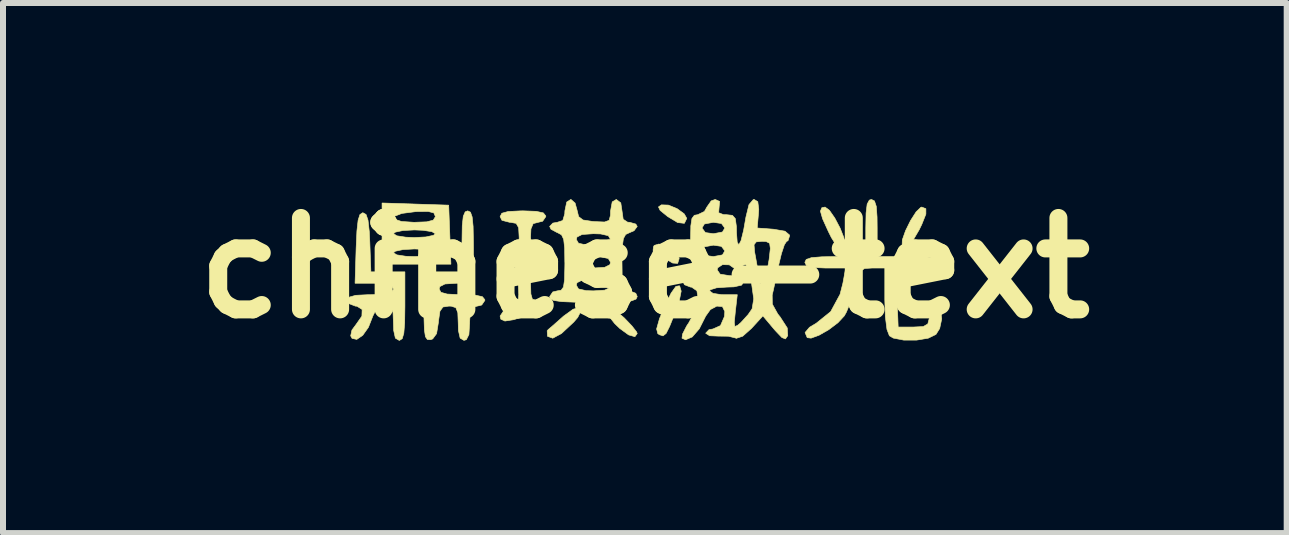
<source format=kicad_pcb>
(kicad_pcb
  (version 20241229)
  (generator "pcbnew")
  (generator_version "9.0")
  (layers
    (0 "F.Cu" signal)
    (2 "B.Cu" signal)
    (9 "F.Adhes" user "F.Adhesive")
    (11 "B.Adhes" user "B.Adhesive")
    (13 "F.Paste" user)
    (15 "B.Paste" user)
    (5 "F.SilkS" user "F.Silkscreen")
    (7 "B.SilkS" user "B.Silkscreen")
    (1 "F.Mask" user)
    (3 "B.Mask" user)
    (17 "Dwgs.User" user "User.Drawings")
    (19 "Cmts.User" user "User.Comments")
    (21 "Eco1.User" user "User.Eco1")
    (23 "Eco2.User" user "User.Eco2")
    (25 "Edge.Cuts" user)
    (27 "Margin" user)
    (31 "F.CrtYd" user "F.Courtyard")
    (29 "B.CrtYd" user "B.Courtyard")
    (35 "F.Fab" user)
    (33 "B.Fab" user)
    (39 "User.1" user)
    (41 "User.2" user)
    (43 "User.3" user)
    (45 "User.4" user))
  (footprint "chinese-text"
    (layer "F.Cu")
    (at 7.7 1.418)
    (property "Reference" "chinese-text" (at 0 0 0) (layer "F.SilkS") (effects (font (size 1.524 1.524) (thickness 0.3))))
    (attr through_hole)
    (fp_poly (pts (xy 0.393 -1.049) (xy 0.537 -0.99) (xy 0.656 -0.903) (xy 0.699 -0.828) (xy 0.659 -0.745) (xy 0.546 -0.758) (xy 0.381 -0.858) (xy 0.255 -0.96) (xy 0.227 -1.018) (xy 0.276 -1.053) (xy 0.393 -1.049)) (stroke (width 0.01) (type solid)) (fill yes) (layer "F.SilkS"))
    (fp_poly (pts (xy -0.47 0.724) (xy -0.344 0.831) (xy -0.216 0.965) (xy -0.138 1.065) (xy -0.127 1.092) (xy -0.166 1.145) (xy -0.27 1.115) (xy -0.415 1.01) (xy -0.501 0.928) (xy -0.626 0.771) (xy -0.652 0.679) (xy -0.594 0.66) (xy -0.47 0.724)) (stroke (width 0.01) (type solid)) (fill yes) (layer "F.SilkS"))
    (fp_poly (pts (xy 0.358 -0.361) (xy 0.483 -0.284) (xy 0.563 -0.193) (xy 0.572 -0.157) (xy 0.547 -0.077) (xy 0.463 -0.083) (xy 0.316 -0.169) (xy 0.197 -0.25) (xy 0.137 -0.292) (xy 0.143 -0.351) (xy 0.156 -0.377) (xy 0.234 -0.4) (xy 0.358 -0.361)) (stroke (width 0.01) (type solid)) (fill yes) (layer "F.SilkS"))
    (fp_poly (pts (xy -1.061 0.708) (xy -1.119 0.824) (xy -1.185 0.901) (xy -1.389 1.091) (xy -1.535 1.17) (xy -1.621 1.139) (xy -1.623 1.138) (xy -1.628 1.047) (xy -1.611 1.026) (xy -1.532 0.959) (xy -1.402 0.844) (xy -1.355 0.802) (xy -1.196 0.687) (xy -1.092 0.659) (xy -1.061 0.708)) (stroke (width 0.01) (type solid)) (fill yes) (layer "F.SilkS"))
    (fp_poly (pts (xy 3.076 -0.963) (xy 3.167 -0.832) (xy 3.255 -0.665) (xy 3.319 -0.504) (xy 3.337 -0.392) (xy 3.331 -0.377) (xy 3.27 -0.323) (xy 3.2 -0.363) (xy 3.109 -0.509) (xy 3.061 -0.605) (xy 2.963 -0.821) (xy 2.927 -0.948) (xy 2.951 -1.006) (xy 3.004 -1.016) (xy 3.076 -0.963)) (stroke (width 0.01) (type solid)) (fill yes) (layer "F.SilkS"))
    (fp_poly (pts (xy 4.685 -0.989) (xy 4.685 -0.898) (xy 4.616 -0.725) (xy 4.573 -0.637) (xy 4.452 -0.431) (xy 4.361 -0.343) (xy 4.293 -0.37) (xy 4.289 -0.376) (xy 4.292 -0.469) (xy 4.346 -0.622) (xy 4.43 -0.792) (xy 4.522 -0.936) (xy 4.601 -1.012) (xy 4.616 -1.016) (xy 4.685 -0.989)) (stroke (width 0.01) (type solid)) (fill yes) (layer "F.SilkS"))
    (fp_poly (pts (xy 0.581 0.301) (xy 0.606 0.385) (xy 0.574 0.546) (xy 0.5 0.757) (xy 0.413 0.973) (xy 0.354 1.091) (xy 0.303 1.131) (xy 0.246 1.113) (xy 0.216 1.094) (xy 0.196 1.016) (xy 0.244 0.845) (xy 0.329 0.64) (xy 0.438 0.418) (xy 0.517 0.307) (xy 0.575 0.296) (xy 0.581 0.301)) (stroke (width 0.01) (type solid)) (fill yes) (layer "F.SilkS"))
    (fp_poly (pts (xy -3.826 -1.066) (xy -3.27 -1.048) (xy -3.233 -0.064) (xy -4.381 -0.064) (xy -4.381 -0.254) (xy -4.191 -0.254) (xy -4.134 -0.219) (xy -3.985 -0.196) (xy -3.842 -0.191) (xy -3.65 -0.201) (xy -3.524 -0.228) (xy -3.493 -0.254) (xy -3.55 -0.289) (xy -3.698 -0.312) (xy -3.842 -0.318) (xy -4.033 -0.307) (xy -4.16 -0.28) (xy -4.191 -0.254) (xy -4.381 -0.254) (xy -4.381 -0.572) (xy -4.191 -0.572) (xy -4.134 -0.537) (xy -3.985 -0.514) (xy -3.842 -0.508) (xy -3.65 -0.518) (xy -3.524 -0.545) (xy -3.493 -0.572) (xy -3.55 -0.606) (xy -3.698 -0.629) (xy -3.842 -0.635) (xy -4.033 -0.625) (xy -4.16 -0.598) (xy -4.191 -0.572) (xy -4.381 -0.572) (xy -4.381 -0.814) (xy -4.172 -0.814) (xy -4.057 -0.776) (xy -3.847 -0.762) (xy -3.636 -0.77) (xy -3.527 -0.798) (xy -3.493 -0.854) (xy -3.493 -0.861) (xy -3.518 -0.919) (xy -3.612 -0.943) (xy -3.803 -0.941) (xy -3.821 -0.94) (xy -4.052 -0.91) (xy -4.17 -0.864) (xy -4.172 -0.814) (xy -4.381 -0.814) (xy -4.381 -1.084) (xy -3.826 -1.066)) (stroke (width 0.01) (type solid)) (fill yes) (layer "F.SilkS"))
    (fp_poly (pts (xy -4.648 -0.893) (xy -4.615 -0.797) (xy -4.594 -0.609) (xy -4.585 -0.429) (xy -4.567 0.064) (xy -4 0.064) (xy -4 0.635) (xy -4.004 0.914) (xy -4.018 1.087) (xy -4.045 1.178) (xy -4.089 1.206) (xy -4.096 1.206) (xy -4.159 1.169) (xy -4.187 1.042) (xy -4.191 0.921) (xy -4.198 0.744) (xy -4.23 0.66) (xy -4.307 0.636) (xy -4.343 0.635) (xy -4.47 0.673) (xy -4.537 0.805) (xy -4.538 0.81) (xy -4.608 0.988) (xy -4.703 1.122) (xy -4.802 1.19) (xy -4.881 1.173) (xy -4.904 1.131) (xy -4.883 1.034) (xy -4.814 0.941) (xy -4.717 0.802) (xy -4.713 0.691) (xy -4.799 0.637) (xy -4.826 0.635) (xy -4.929 0.595) (xy -4.953 0.54) (xy -4.924 0.484) (xy -4.82 0.455) (xy -4.618 0.445) (xy -4.572 0.445) (xy -4.351 0.437) (xy -4.232 0.411) (xy -4.192 0.361) (xy -4.191 0.349) (xy -4.225 0.29) (xy -4.342 0.26) (xy -4.511 0.254) (xy -4.831 0.254) (xy -4.813 -0.333) (xy -4.8 -0.618) (xy -4.78 -0.797) (xy -4.75 -0.891) (xy -4.705 -0.921) (xy -4.699 -0.921) (xy -4.648 -0.893)) (stroke (width 0.01) (type solid)) (fill yes) (layer "F.SilkS"))
    (fp_poly (pts (xy -2.907 -0.931) (xy -2.879 -0.852) (xy -2.863 -0.694) (xy -2.858 -0.437) (xy -2.857 -0.349) (xy -2.857 0.254) (xy -3.143 0.254) (xy -3.332 0.266) (xy -3.417 0.309) (xy -3.429 0.349) (xy -3.4 0.405) (xy -3.296 0.434) (xy -3.094 0.444) (xy -3.048 0.445) (xy -2.827 0.452) (xy -2.708 0.478) (xy -2.668 0.528) (xy -2.667 0.54) (xy -2.72 0.617) (xy -2.794 0.635) (xy -2.873 0.654) (xy -2.911 0.731) (xy -2.921 0.9) (xy -2.921 0.921) (xy -2.933 1.109) (xy -2.976 1.195) (xy -3.016 1.206) (xy -3.079 1.169) (xy -3.108 1.042) (xy -3.111 0.921) (xy -3.118 0.744) (xy -3.151 0.661) (xy -3.227 0.636) (xy -3.267 0.635) (xy -3.366 0.65) (xy -3.416 0.72) (xy -3.439 0.877) (xy -3.441 0.904) (xy -3.472 1.094) (xy -3.537 1.182) (xy -3.572 1.195) (xy -3.625 1.192) (xy -3.658 1.145) (xy -3.675 1.031) (xy -3.682 0.827) (xy -3.683 0.64) (xy -3.683 0.064) (xy -3.048 0.064) (xy -3.048 -0.445) (xy -3.044 -0.705) (xy -3.027 -0.862) (xy -2.995 -0.936) (xy -2.953 -0.953) (xy -2.907 -0.931)) (stroke (width 0.01) (type solid)) (fill yes) (layer "F.SilkS"))
    (fp_poly (pts (xy -1.811 -0.945) (xy -1.692 -0.919) (xy -1.652 -0.869) (xy -1.651 -0.857) (xy -1.704 -0.78) (xy -1.778 -0.762) (xy -1.862 -0.74) (xy -1.899 -0.652) (xy -1.905 -0.515) (xy -1.889 -0.342) (xy -1.831 -0.257) (xy -1.778 -0.236) (xy -1.675 -0.18) (xy -1.651 -0.133) (xy -1.704 -0.077) (xy -1.778 -0.064) (xy -1.855 -0.046) (xy -1.893 0.026) (xy -1.905 0.184) (xy -1.905 0.248) (xy -1.9 0.433) (xy -1.875 0.519) (xy -1.818 0.535) (xy -1.778 0.526) (xy -1.673 0.531) (xy -1.651 0.59) (xy -1.709 0.671) (xy -1.868 0.758) (xy -1.948 0.788) (xy -2.189 0.862) (xy -2.333 0.884) (xy -2.401 0.853) (xy -2.413 0.801) (xy -2.359 0.721) (xy -2.251 0.672) (xy -2.157 0.638) (xy -2.112 0.573) (xy -2.102 0.443) (xy -2.108 0.3) (xy -2.127 0.102) (xy -2.163 -0.002) (xy -2.231 -0.045) (xy -2.27 -0.052) (xy -2.389 -0.105) (xy -2.407 -0.184) (xy -2.327 -0.245) (xy -2.254 -0.254) (xy -2.152 -0.268) (xy -2.107 -0.333) (xy -2.096 -0.486) (xy -2.095 -0.508) (xy -2.104 -0.672) (xy -2.145 -0.744) (xy -2.24 -0.762) (xy -2.254 -0.762) (xy -2.382 -0.795) (xy -2.413 -0.857) (xy -2.384 -0.913) (xy -2.28 -0.942) (xy -2.078 -0.952) (xy -2.032 -0.953) (xy -1.811 -0.945)) (stroke (width 0.01) (type solid)) (fill yes) (layer "F.SilkS"))
    (fp_poly (pts (xy 3.828 -1.118) (xy 3.858 -1.028) (xy 3.871 -0.85) (xy 3.873 -0.667) (xy 3.873 -0.191) (xy 4.413 -0.191) (xy 4.683 -0.186) (xy 4.848 -0.172) (xy 4.931 -0.142) (xy 4.953 -0.095) (xy 4.924 -0.04) (xy 4.821 -0.01) (xy 4.619 -0.000221) (xy 4.569 0) (xy 4.186 0) (xy 4.204 0.492) (xy 4.223 0.984) (xy 4.477 0.984) (xy 4.641 0.976) (xy 4.717 0.932) (xy 4.746 0.822) (xy 4.75 0.781) (xy 4.782 0.64) (xy 4.846 0.609) (xy 4.862 0.613) (xy 4.932 0.7) (xy 4.949 0.849) (xy 4.915 1.008) (xy 4.853 1.107) (xy 4.724 1.17) (xy 4.528 1.202) (xy 4.317 1.202) (xy 4.142 1.168) (xy 4.077 1.13) (xy 4.036 1.023) (xy 4.009 0.81) (xy 4 0.527) (xy 4 0) (xy 3.789 0) (xy 3.663 0.008) (xy 3.59 0.055) (xy 3.541 0.171) (xy 3.504 0.318) (xy 3.44 0.54) (xy 3.36 0.735) (xy 3.325 0.798) (xy 3.219 0.912) (xy 3.067 1.027) (xy 2.905 1.12) (xy 2.771 1.169) (xy 2.707 1.161) (xy 2.671 1.076) (xy 2.745 0.988) (xy 2.857 0.921) (xy 3.098 0.727) (xy 3.254 0.439) (xy 3.302 0.251) (xy 3.348 0) (xy 3.008 0) (xy 2.8 -0.009) (xy 2.694 -0.04) (xy 2.667 -0.095) (xy 2.691 -0.144) (xy 2.778 -0.173) (xy 2.95 -0.187) (xy 3.175 -0.191) (xy 3.683 -0.191) (xy 3.683 -0.667) (xy 3.688 -0.918) (xy 3.706 -1.065) (xy 3.742 -1.132) (xy 3.778 -1.143) (xy 3.828 -1.118)) (stroke (width 0.01) (type solid)) (fill yes) (layer "F.SilkS"))
    (fp_poly (pts (xy -1.163 -1.083) (xy -1.131 -0.968) (xy -1.104 -0.857) (xy -1.032 -0.801) (xy -0.876 -0.777) (xy -0.841 -0.774) (xy -0.672 -0.767) (xy -0.595 -0.795) (xy -0.573 -0.88) (xy -0.572 -0.949) (xy -0.544 -1.102) (xy -0.476 -1.143) (xy -0.401 -1.086) (xy -0.381 -0.953) (xy -0.361 -0.813) (xy -0.287 -0.764) (xy -0.254 -0.762) (xy -0.151 -0.733) (xy -0.127 -0.693) (xy -0.18 -0.622) (xy -0.254 -0.59) (xy -0.32 -0.559) (xy -0.358 -0.489) (xy -0.376 -0.353) (xy -0.381 -0.122) (xy -0.381 -0.088) (xy -0.378 0.153) (xy -0.364 0.294) (xy -0.332 0.361) (xy -0.274 0.38) (xy -0.254 0.381) (xy -0.151 0.421) (xy -0.127 0.476) (xy -0.147 0.518) (xy -0.218 0.546) (xy -0.362 0.562) (xy -0.597 0.57) (xy -0.857 0.572) (xy -1.178 0.569) (xy -1.391 0.56) (xy -1.518 0.541) (xy -1.576 0.51) (xy -1.587 0.476) (xy -1.535 0.399) (xy -1.46 0.381) (xy -1.395 0.37) (xy -1.357 0.318) (xy -1.352 0.286) (xy -1.143 0.286) (xy -1.106 0.349) (xy -0.978 0.377) (xy -0.857 0.381) (xy -0.669 0.369) (xy -0.583 0.326) (xy -0.572 0.286) (xy -0.609 0.223) (xy -0.736 0.194) (xy -0.857 0.191) (xy -1.046 0.203) (xy -1.131 0.245) (xy -1.143 0.286) (xy -1.352 0.286) (xy -1.339 0.199) (xy -1.334 -0.014) (xy -1.333 -0.088) (xy -1.334 -0.095) (xy -1.143 -0.095) (xy -1.106 -0.032) (xy -0.978 -0.004) (xy -0.857 0) (xy -0.669 -0.012) (xy -0.583 -0.055) (xy -0.572 -0.095) (xy -0.609 -0.158) (xy -0.736 -0.187) (xy -0.857 -0.191) (xy -1.046 -0.178) (xy -1.131 -0.136) (xy -1.143 -0.095) (xy -1.334 -0.095) (xy -1.337 -0.332) (xy -1.353 -0.476) (xy -1.143 -0.476) (xy -1.106 -0.413) (xy -0.978 -0.385) (xy -0.857 -0.381) (xy -0.669 -0.393) (xy -0.583 -0.436) (xy -0.572 -0.476) (xy -0.609 -0.539) (xy -0.736 -0.568) (xy -0.857 -0.572) (xy -1.046 -0.559) (xy -1.131 -0.517) (xy -1.143 -0.476) (xy -1.353 -0.476) (xy -1.353 -0.478) (xy -1.389 -0.553) (xy -1.451 -0.587) (xy -1.46 -0.59) (xy -1.564 -0.646) (xy -1.587 -0.693) (xy -1.534 -0.749) (xy -1.46 -0.762) (xy -1.368 -0.792) (xy -1.335 -0.903) (xy -1.333 -0.953) (xy -1.302 -1.1) (xy -1.233 -1.144) (xy -1.163 -1.083)) (stroke (width 0.01) (type solid)) (fill yes) (layer "F.SilkS"))
    (fp_poly (pts (xy 1.883 -1.106) (xy 1.899 -0.98) (xy 1.894 -0.905) (xy 1.873 -0.667) (xy 2.143 -0.647) (xy 2.336 -0.614) (xy 2.411 -0.551) (xy 2.413 -0.536) (xy 2.386 -0.454) (xy 2.364 -0.445) (xy 2.326 -0.388) (xy 2.277 -0.241) (xy 2.238 -0.079) (xy 2.189 0.152) (xy 2.145 0.356) (xy 2.123 0.449) (xy 2.125 0.602) (xy 2.216 0.766) (xy 2.255 0.815) (xy 2.374 0.999) (xy 2.382 1.128) (xy 2.344 1.182) (xy 2.285 1.159) (xy 2.178 1.047) (xy 2.153 1.018) (xy 1.968 0.798) (xy 1.778 1.006) (xy 1.631 1.137) (xy 1.525 1.172) (xy 1.509 1.166) (xy 1.394 1.137) (xy 1.227 1.135) (xy 1.223 1.135) (xy 1.08 1.129) (xy 1.016 1.089) (xy 1.016 1.084) (xy 1.069 1.028) (xy 1.136 1.016) (xy 1.261 0.96) (xy 1.327 0.808) (xy 1.333 0.725) (xy 1.293 0.643) (xy 1.2 0.635) (xy 1.092 0.693) (xy 1.012 0.805) (xy 1.01 0.81) (xy 0.907 1.014) (xy 0.79 1.149) (xy 0.679 1.196) (xy 0.619 1.17) (xy 0.629 1.1) (xy 0.696 0.968) (xy 0.736 0.907) (xy 0.845 0.7) (xy 0.889 0.515) (xy 0.868 0.381) (xy 1.079 0.381) (xy 1.135 0.422) (xy 1.274 0.444) (xy 1.31 0.445) (xy 1.541 0.445) (xy 1.508 0.733) (xy 1.491 0.907) (xy 1.5 0.974) (xy 1.545 0.957) (xy 1.601 0.909) (xy 1.722 0.776) (xy 1.788 0.68) (xy 1.815 0.515) (xy 1.777 0.244) (xy 1.772 0.22) (xy 1.724 0.029) (xy 1.685 -0.055) (xy 1.644 -0.05) (xy 1.619 -0.021) (xy 1.543 0.042) (xy 1.498 0.01) (xy 1.408 -0.053) (xy 1.294 -0.056) (xy 1.215 -0.004) (xy 1.206 0.032) (xy 1.255 0.102) (xy 1.409 0.127) (xy 1.429 0.127) (xy 1.593 0.148) (xy 1.651 0.214) (xy 1.651 0.222) (xy 1.614 0.285) (xy 1.486 0.314) (xy 1.365 0.318) (xy 1.195 0.33) (xy 1.093 0.362) (xy 1.079 0.381) (xy 0.868 0.381) (xy 0.867 0.379) (xy 0.778 0.318) (xy 0.762 0.318) (xy 0.659 0.278) (xy 0.635 0.222) (xy 0.692 0.147) (xy 0.826 0.127) (xy 0.977 0.099) (xy 1.016 0.032) (xy 0.963 -0.046) (xy 0.889 -0.064) (xy 0.82 -0.076) (xy 0.782 -0.134) (xy 0.765 -0.263) (xy 0.765 -0.286) (xy 0.953 -0.286) (xy 1.009 -0.21) (xy 1.143 -0.191) (xy 1.294 -0.219) (xy 1.333 -0.286) (xy 1.277 -0.361) (xy 1.143 -0.381) (xy 0.992 -0.353) (xy 0.953 -0.286) (xy 0.765 -0.286) (xy 0.762 -0.476) (xy 0.766 -0.667) (xy 0.953 -0.667) (xy 1.009 -0.591) (xy 1.143 -0.572) (xy 1.294 -0.6) (xy 1.333 -0.667) (xy 1.277 -0.742) (xy 1.143 -0.762) (xy 0.992 -0.734) (xy 0.953 -0.667) (xy 0.766 -0.667) (xy 0.766 -0.7) (xy 0.785 -0.826) (xy 0.825 -0.879) (xy 0.882 -0.889) (xy 0.993 -0.943) (xy 1.034 -1.016) (xy 1.106 -1.119) (xy 1.173 -1.143) (xy 1.247 -1.11) (xy 1.238 -1.016) (xy 1.23 -0.922) (xy 1.311 -0.89) (xy 1.361 -0.889) (xy 1.46 -0.878) (xy 1.508 -0.824) (xy 1.526 -0.693) (xy 1.528 -0.587) (xy 1.54 -0.428) (xy 1.567 -0.388) (xy 1.567 -0.388) (xy 1.82 -0.388) (xy 1.83 -0.267) (xy 1.847 -0.175) (xy 1.881 0.015) (xy 1.9 0.16) (xy 1.902 0.187) (xy 1.92 0.258) (xy 1.959 0.23) (xy 2.007 0.127) (xy 2.051 -0.028) (xy 2.072 -0.145) (xy 2.092 -0.326) (xy 2.08 -0.413) (xy 2.021 -0.442) (xy 1.954 -0.445) (xy 1.857 -0.436) (xy 1.82 -0.388) (xy 1.567 -0.388) (xy 1.604 -0.458) (xy 1.647 -0.632) (xy 1.685 -0.849) (xy 1.736 -1.057) (xy 1.808 -1.141) (xy 1.822 -1.143) (xy 1.883 -1.106)) (stroke (width 0.01) (type solid)) (fill yes) (layer "F.SilkS")))
  (gr_rect
    (start -3 -3)
    (end 18.4 5.836)
    (stroke (width 0.1) (type default))
    (fill no)
    (layer "Edge.Cuts")))
</source>
